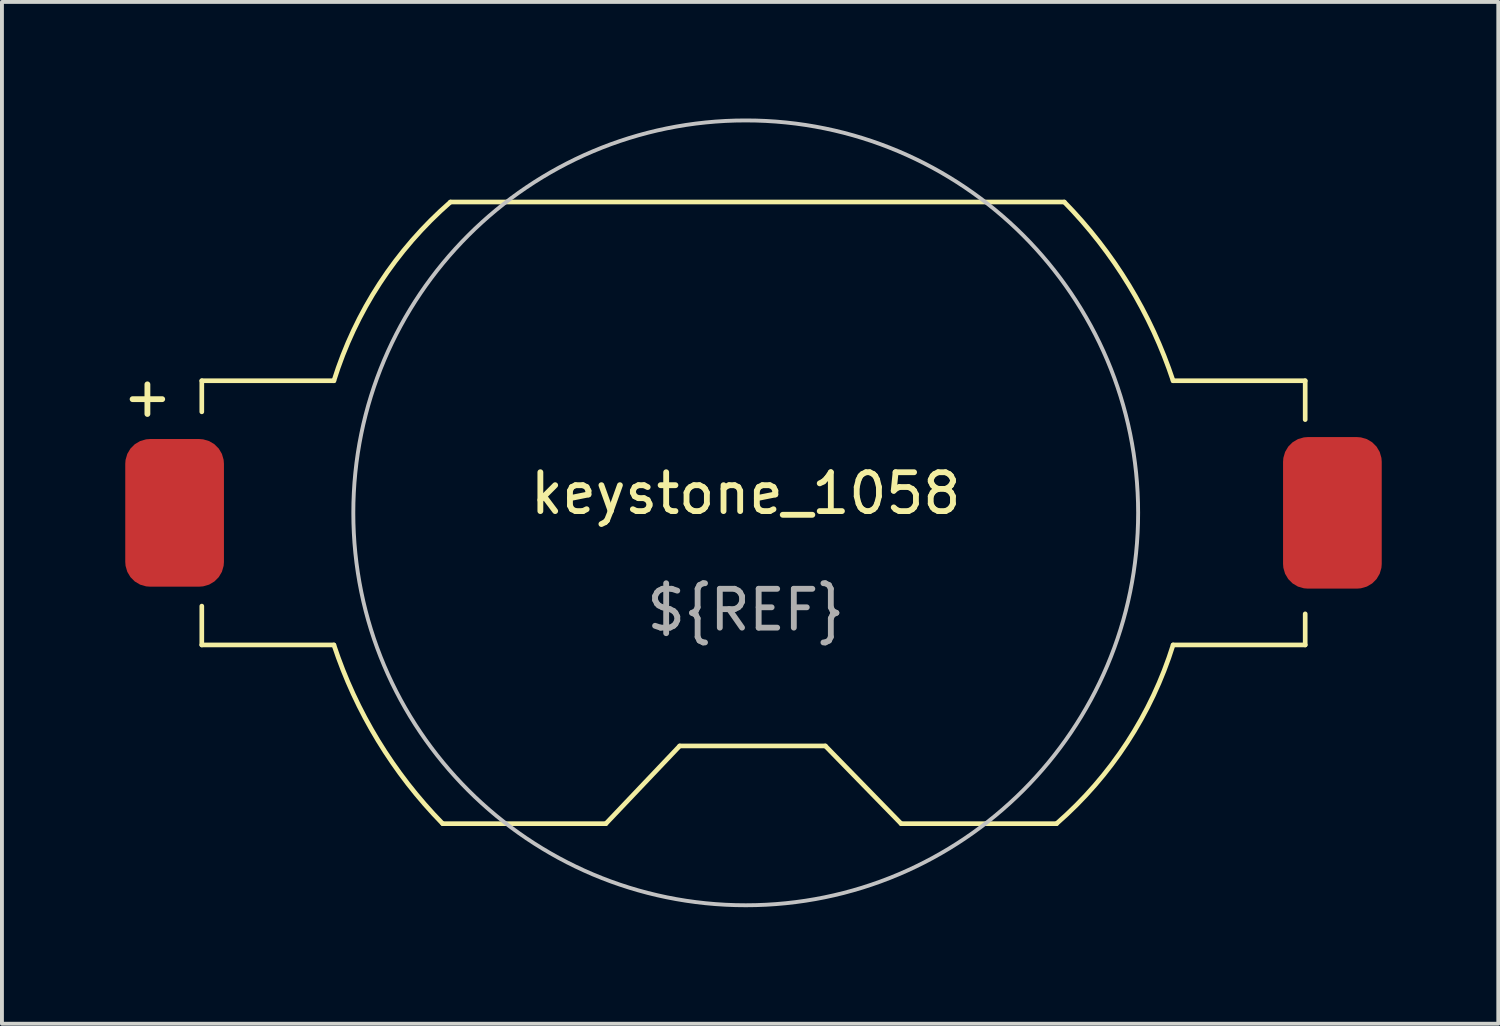
<source format=kicad_pcb>
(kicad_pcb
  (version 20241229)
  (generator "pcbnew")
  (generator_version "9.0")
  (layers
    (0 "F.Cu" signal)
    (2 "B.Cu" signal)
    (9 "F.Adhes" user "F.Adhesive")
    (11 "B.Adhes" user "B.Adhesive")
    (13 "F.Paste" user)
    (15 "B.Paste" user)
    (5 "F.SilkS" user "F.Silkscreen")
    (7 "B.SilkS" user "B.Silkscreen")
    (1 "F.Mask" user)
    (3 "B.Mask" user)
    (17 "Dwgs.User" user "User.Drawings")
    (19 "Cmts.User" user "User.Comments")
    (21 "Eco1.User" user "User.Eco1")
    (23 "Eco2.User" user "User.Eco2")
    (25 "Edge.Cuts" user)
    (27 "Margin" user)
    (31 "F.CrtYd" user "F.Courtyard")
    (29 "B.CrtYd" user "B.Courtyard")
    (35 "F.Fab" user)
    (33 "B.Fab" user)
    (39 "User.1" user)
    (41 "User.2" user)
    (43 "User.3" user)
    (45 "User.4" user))
  (footprint "keystone_1058"
    (layer "F.Cu")
    (at 16.144 10.15)
    (property "Reference" "keystone_1058" (at 0 -0.5 0) (unlocked yes) (layer "F.SilkS") (effects (font (size 1 1) (thickness 0.15))))
    (attr smd)
    (fp_line (start -14 -3.4) (end -10.6 -3.4) (stroke (width 0.12) (type solid)) (layer "F.SilkS"))
    (fp_line (start -14 -2.6) (end -14 -3.4) (stroke (width 0.12) (type solid)) (layer "F.SilkS"))
    (fp_line (start -14 3.4) (end -14 2.4) (stroke (width 0.12) (type solid)) (layer "F.SilkS"))
    (fp_line (start -10.6 3.4) (end -14 3.4) (stroke (width 0.12) (type solid)) (layer "F.SilkS"))
    (fp_line (start -7.6 -8) (end 8.2 -8) (stroke (width 0.12) (type solid)) (layer "F.SilkS"))
    (fp_line (start -3.6 8) (end -7.8 8) (stroke (width 0.12) (type solid)) (layer "F.SilkS"))
    (fp_line (start -1.7 6) (end -3.6 8) (stroke (width 0.12) (type solid)) (layer "F.SilkS"))
    (fp_line (start 2.05 6) (end -1.7 6) (stroke (width 0.12) (type solid)) (layer "F.SilkS"))
    (fp_line (start 2.05 6) (end 4 8) (stroke (width 0.12) (type solid)) (layer "F.SilkS"))
    (fp_line (start 8 8) (end 4 8) (stroke (width 0.12) (type solid)) (layer "F.SilkS"))
    (fp_line (start 11 -3.4) (end 14.4 -3.4) (stroke (width 0.12) (type solid)) (layer "F.SilkS"))
    (fp_line (start 14.4 -3.4) (end 14.4 -2.4) (stroke (width 0.12) (type solid)) (layer "F.SilkS"))
    (fp_line (start 14.4 2.6) (end 14.4 3.4) (stroke (width 0.12) (type solid)) (layer "F.SilkS"))
    (fp_line (start 14.4 3.4) (end 11 3.4) (stroke (width 0.12) (type solid)) (layer "F.SilkS"))
    (fp_arc (start -10.6 -3.4) (mid -9.41929 -5.908232) (end -7.6 -8) (stroke (width 0.12) (type solid)) (layer "F.SilkS"))
    (fp_arc (start -7.8 8) (mid -9.463414 5.860339) (end -10.6 3.4) (stroke (width 0.12) (type solid)) (layer "F.SilkS"))
    (fp_arc (start 8.2 -8) (mid 9.863414 -5.860339) (end 11 -3.4) (stroke (width 0.12) (type solid)) (layer "F.SilkS"))
    (fp_arc (start 11 3.4) (mid 9.81929 5.908232) (end 8 8) (stroke (width 0.12) (type solid)) (layer "F.SilkS"))
    (fp_circle (center 0 0) (end 10.1 0) (stroke (width 0.1) (type solid)) (fill no) (layer "Dwgs.User"))
    (fp_text user "+" (at -15.4 -3 0) (unlocked yes) (layer "F.SilkS") (effects (font (size 1 1) (thickness 0.15))))
    (fp_text user "${REF}" (at 0 2.5 0) (unlocked yes) (layer "F.Fab") (effects (font (size 1 1) (thickness 0.15))))
    (pad "1" smd roundrect (at -14.7 0) (size 2.54 3.8) (layers "F.Cu" "F.Mask" "F.Paste") (roundrect_rratio 0.25))
    (pad "2" smd roundrect (at 15.1 0) (size 2.54 3.9) (layers "F.Cu" "F.Mask" "F.Paste") (roundrect_rratio 0.25)))
  (gr_rect
    (start -3 -3)
    (end 35.514 23.3)
    (stroke (width 0.1) (type default))
    (fill no)
    (layer "Edge.Cuts")))
</source>
